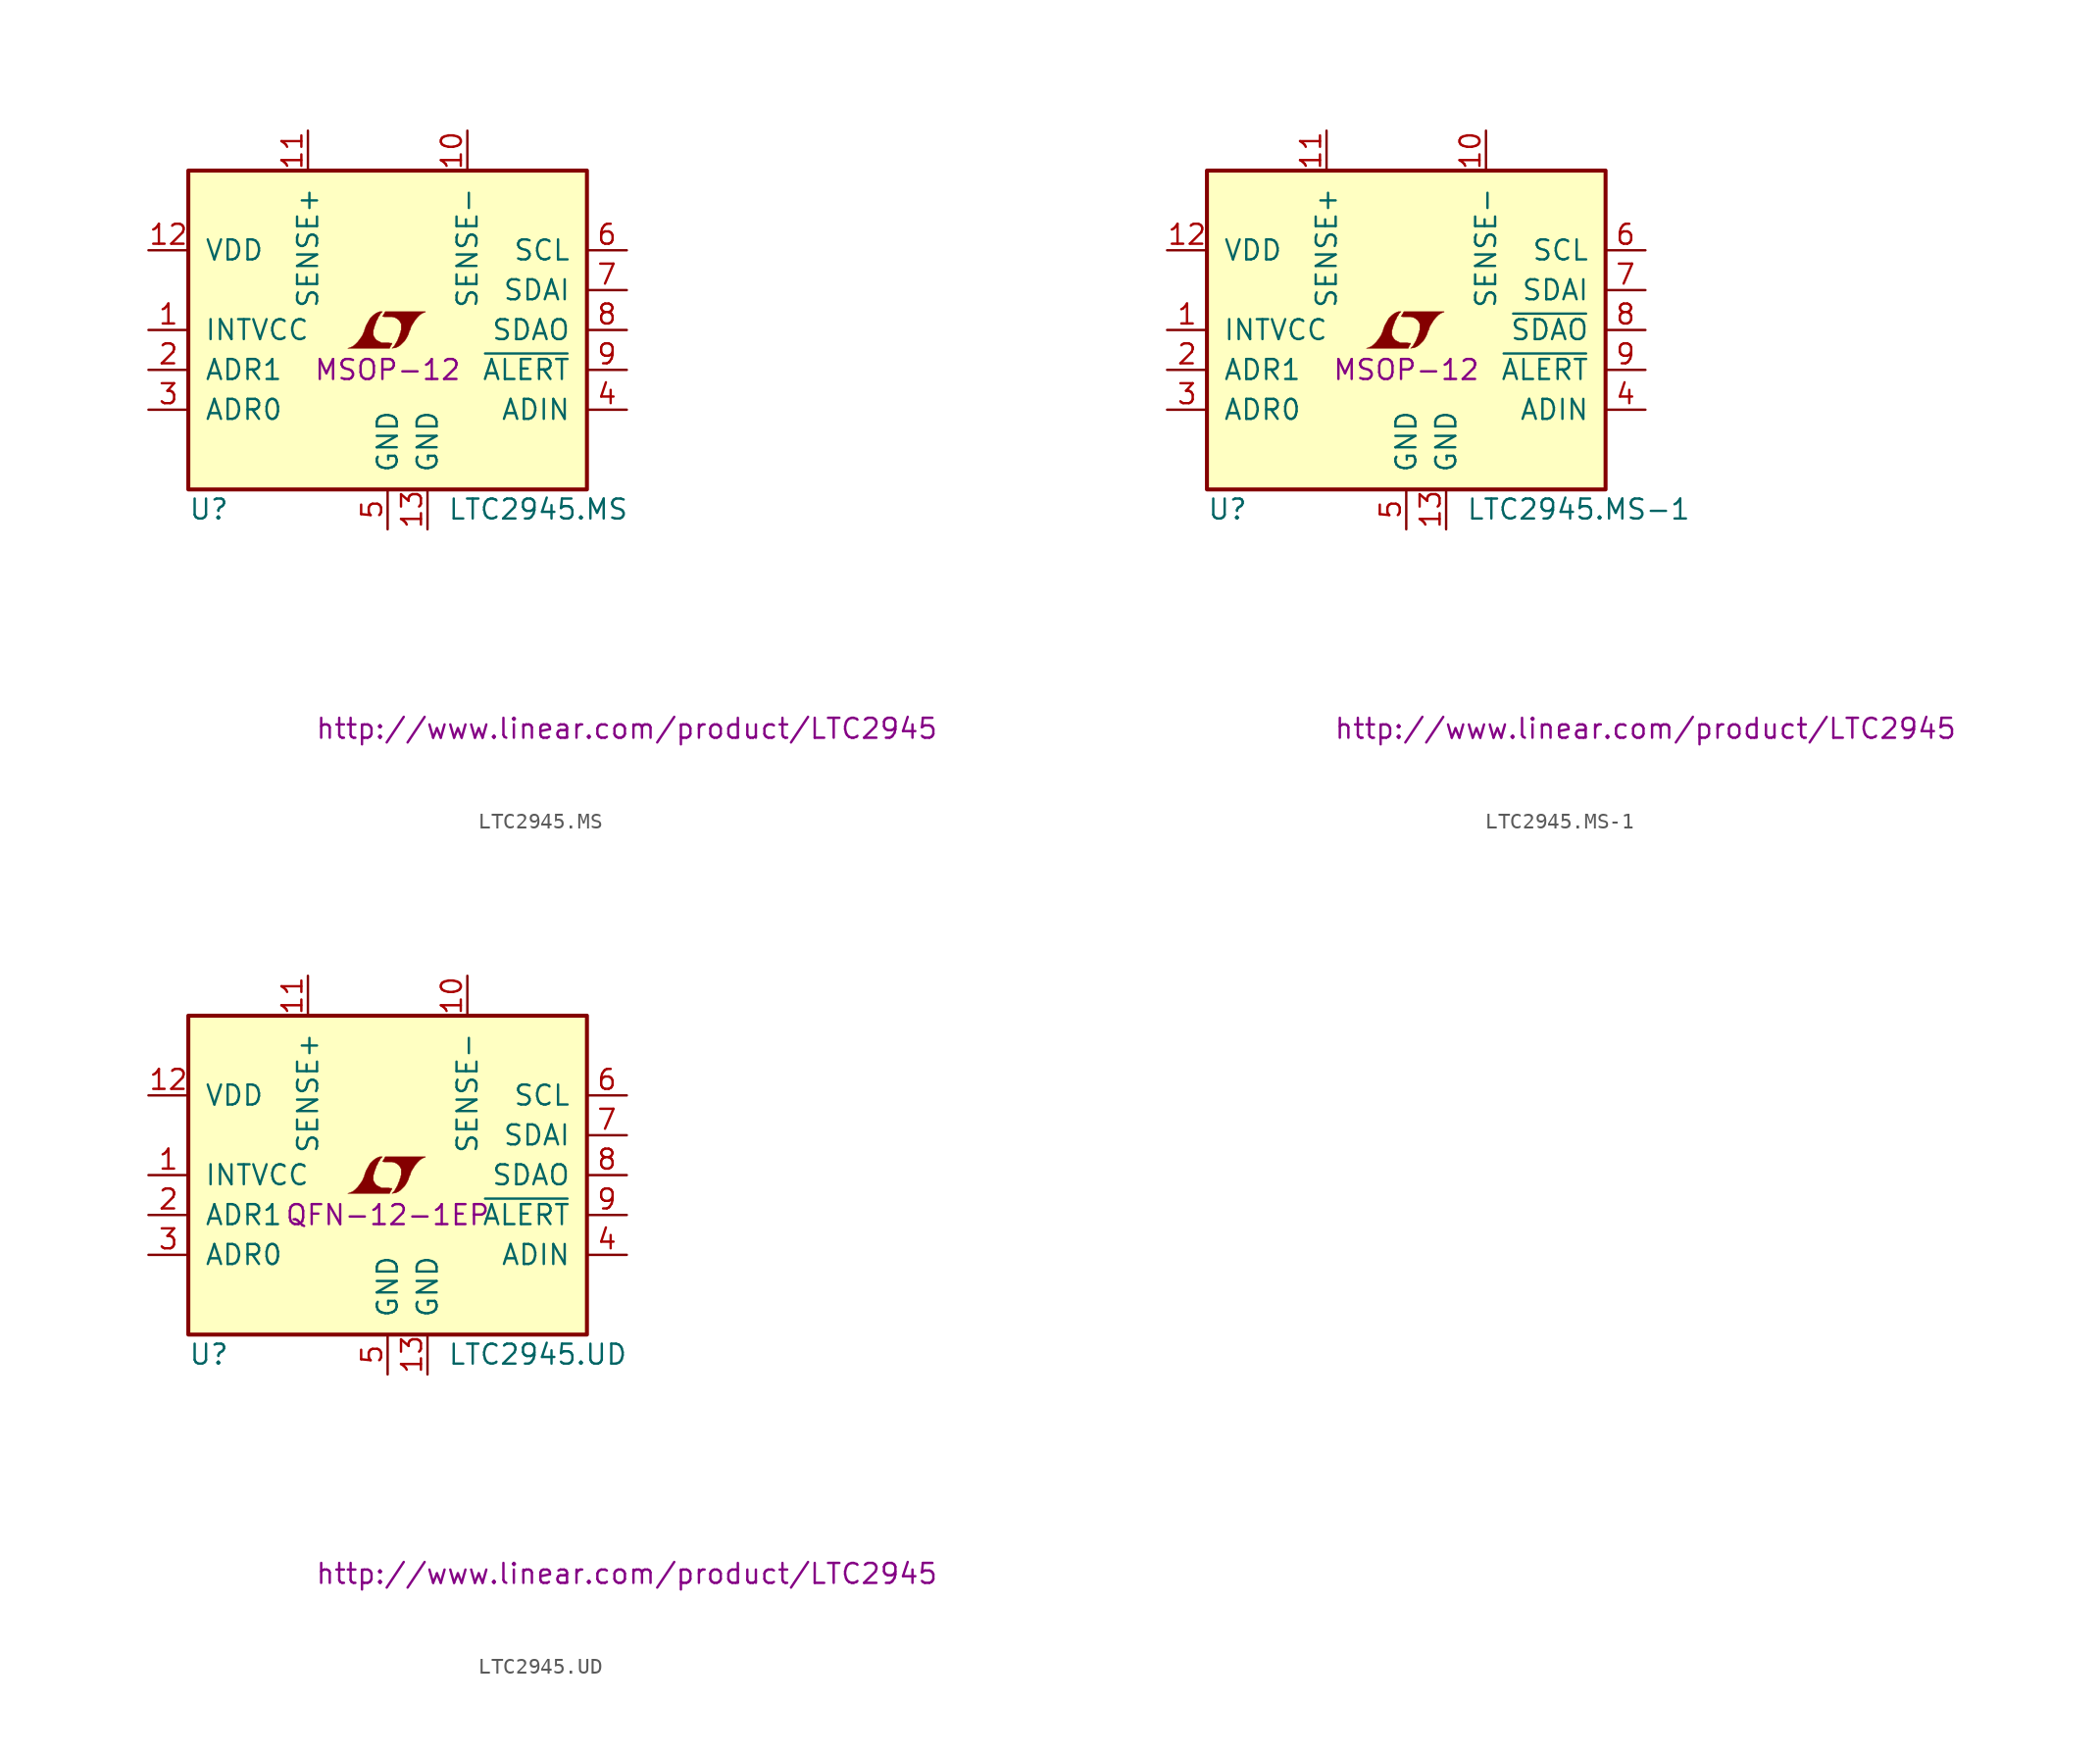
<source format=kicad_sym>
(kicad_symbol_lib
  (version 20201005)
  (generator kicad_symbol_editor)
  (symbol "LTC2945.MS"
    (pin_names
      (offset 1.016))
    (property "Reference" "U"
      (at -12.7 -11.43 0)
      (effects (font (size 1.27 1.27)) (justify left)))
    (property "Value" "LTC2945.MS"
      (at 3.81 -11.43 0)
      (effects (font (size 1.27 1.27)) (justify left)))
    (property "Footprint" "MSOP-12"
      (at 0 -2.54 0)
      (effects (font (size 1.27 1.27))))
    (property "Datasheet" "http://www.linear.com/product/LTC2945"
      (at 15.24 -25.4 0)
      (effects (font (size 1.27 1.27))))
    (symbol "LTC2945.MS_0_0"
      (polyline (pts (xy 0.203 -0.991) (xy 0.229 -0.965) (xy 0.279 -0.864) (xy 0.279 -0.838) (xy 0.152 -0.838) (xy 0.051 -0.813) (xy -0.406 -0.813) (xy -0.432 -0.787) (xy -0.686 -0.66) (xy -0.787 -0.559) (xy -0.864 -0.432) (xy -0.914 -0.33) (xy -0.914 -0.025) (xy -0.864 0.127) (xy -0.838 0.229) (xy -0.813 0.305) (xy -0.762 0.432) (xy -0.711 0.584) (xy -0.635 0.711) (xy -0.584 0.838) (xy -0.508 0.94) (xy -0.457 1.041) (xy -0.33 1.168) (xy -0.508 1.168) (xy -0.635 1.118) (xy -0.737 1.067) (xy -0.813 1.016) (xy -0.94 0.914) (xy -1.118 0.737) (xy -1.372 0.279) (xy -1.473 0) (xy -1.473 -0.051) (xy -1.524 -0.152) (xy -1.575 -0.279) (xy -1.626 -0.381) (xy -1.753 -0.559) (xy -1.905 -0.762) (xy -2.057 -0.914) (xy -2.21 -1.041) (xy -2.388 -1.118) (xy -2.54 -1.168) (xy 0.127 -1.168) (xy 0.203 -0.991)) (stroke (width 0.025)) (fill (type outline)))
      (polyline (pts (xy 0.406 -1.143) (xy 0.483 -1.143) (xy 0.66 -1.067) (xy 0.813 -0.965) (xy 1.092 -0.686) (xy 1.219 -0.483) (xy 1.321 -0.279) (xy 1.397 -0.025) (xy 1.422 -0.025) (xy 1.499 0.229) (xy 1.753 0.635) (xy 1.905 0.813) (xy 2.057 0.965) (xy 2.21 1.067) (xy 2.388 1.143) (xy 2.413 1.143) (xy 2.413 1.168) (xy -0.152 1.168) (xy -0.229 1.016) (xy -0.254 0.991) (xy -0.305 0.889) (xy -0.33 0.864) (xy -0.279 0.864) (xy -0.229 0.838) (xy 0.305 0.838) (xy 0.356 0.813) (xy 0.406 0.813) (xy 0.483 0.787) (xy 0.61 0.711) (xy 0.737 0.61) (xy 0.813 0.483) (xy 0.838 0.432) (xy 0.864 0.406) (xy 0.864 0) (xy 0.838 -0.051) (xy 0.838 -0.127) (xy 0.787 -0.229) (xy 0.762 -0.356) (xy 0.686 -0.508) (xy 0.635 -0.66) (xy 0.483 -0.914) (xy 0.432 -1.016) (xy 0.279 -1.168) (xy 0.406 -1.143)) (stroke (width 0.025)) (fill (type outline))))
    (symbol "LTC2945.MS_0_1"
      (rectangle (start -12.7 10.16) (end 12.7 -10.16) (stroke (width 0.254)) (fill (type background))))
    (symbol "LTC2945.MS_1_1"
      (pin passive line (at -15.24 0 0) (length 2.54) (name "INTVCC" (effects (font (size 1.27 1.27)))) (number "1" (effects (font (size 1.27 1.27)))))
      (pin input line (at -15.24 -2.54 0) (length 2.54) (name "ADR1" (effects (font (size 1.27 1.27)))) (number "2" (effects (font (size 1.27 1.27)))))
      (pin input line (at -15.24 -5.08 0) (length 2.54) (name "ADR0" (effects (font (size 1.27 1.27)))) (number "3" (effects (font (size 1.27 1.27)))))
      (pin passive line (at 15.24 -5.08 180) (length 2.54) (name "ADIN" (effects (font (size 1.27 1.27)))) (number "4" (effects (font (size 1.27 1.27)))))
      (pin power_in line (at 0 -12.7 90) (length 2.54) (name "GND" (effects (font (size 1.27 1.27)))) (number "5" (effects (font (size 1.27 1.27)))))
      (pin input line (at 15.24 5.08 180) (length 2.54) (name "SCL" (effects (font (size 1.27 1.27)))) (number "6" (effects (font (size 1.27 1.27)))))
      (pin input line (at 15.24 2.54 180) (length 2.54) (name "SDAI" (effects (font (size 1.27 1.27)))) (number "7" (effects (font (size 1.27 1.27)))))
      (pin output line (at 15.24 0 180) (length 2.54) (name "SDAO" (effects (font (size 1.27 1.27)))) (number "8" (effects (font (size 1.27 1.27)))))
      (pin output line (at 15.24 -2.54 180) (length 2.54) (name "~ALERT~" (effects (font (size 1.27 1.27)))) (number "9" (effects (font (size 1.27 1.27)))))
      (pin passive line (at 5.08 12.7 270) (length 2.54) (name "SENSE-" (effects (font (size 1.27 1.27)))) (number "10" (effects (font (size 1.27 1.27)))))
      (pin passive line (at -5.08 12.7 270) (length 2.54) (name "SENSE+" (effects (font (size 1.27 1.27)))) (number "11" (effects (font (size 1.27 1.27)))))
      (pin power_in line (at -15.24 5.08 0) (length 2.54) (name "VDD" (effects (font (size 1.27 1.27)))) (number "12" (effects (font (size 1.27 1.27)))))
      (pin power_in line (at 2.54 -12.7 90) (length 2.54) (name "GND" (effects (font (size 1.27 1.27)))) (number "13" (effects (font (size 1.27 1.27)))))))
  (symbol "LTC2945.MS-1"
    (pin_names
      (offset 1.016))
    (property "Reference" "U"
      (at -12.7 -11.43 0)
      (effects (font (size 1.27 1.27)) (justify left)))
    (property "Value" "LTC2945.MS-1"
      (at 3.81 -11.43 0)
      (effects (font (size 1.27 1.27)) (justify left)))
    (property "Footprint" "MSOP-12"
      (at 0 -2.54 0)
      (effects (font (size 1.27 1.27))))
    (property "Datasheet" "http://www.linear.com/product/LTC2945"
      (at 15.24 -25.4 0)
      (effects (font (size 1.27 1.27))))
    (symbol "LTC2945.MS-1_0_0"
      (polyline (pts (xy 0.203 -0.991) (xy 0.229 -0.965) (xy 0.279 -0.864) (xy 0.279 -0.838) (xy 0.152 -0.838) (xy 0.051 -0.813) (xy -0.406 -0.813) (xy -0.432 -0.787) (xy -0.686 -0.66) (xy -0.787 -0.559) (xy -0.864 -0.432) (xy -0.914 -0.33) (xy -0.914 -0.025) (xy -0.864 0.127) (xy -0.838 0.229) (xy -0.813 0.305) (xy -0.762 0.432) (xy -0.711 0.584) (xy -0.635 0.711) (xy -0.584 0.838) (xy -0.508 0.94) (xy -0.457 1.041) (xy -0.33 1.168) (xy -0.508 1.168) (xy -0.635 1.118) (xy -0.737 1.067) (xy -0.813 1.016) (xy -0.94 0.914) (xy -1.118 0.737) (xy -1.372 0.279) (xy -1.473 0) (xy -1.473 -0.051) (xy -1.524 -0.152) (xy -1.575 -0.279) (xy -1.626 -0.381) (xy -1.753 -0.559) (xy -1.905 -0.762) (xy -2.057 -0.914) (xy -2.21 -1.041) (xy -2.388 -1.118) (xy -2.54 -1.168) (xy 0.127 -1.168) (xy 0.203 -0.991)) (stroke (width 0.025)) (fill (type outline)))
      (polyline (pts (xy 0.406 -1.143) (xy 0.483 -1.143) (xy 0.66 -1.067) (xy 0.813 -0.965) (xy 1.092 -0.686) (xy 1.219 -0.483) (xy 1.321 -0.279) (xy 1.397 -0.025) (xy 1.422 -0.025) (xy 1.499 0.229) (xy 1.753 0.635) (xy 1.905 0.813) (xy 2.057 0.965) (xy 2.21 1.067) (xy 2.388 1.143) (xy 2.413 1.143) (xy 2.413 1.168) (xy -0.152 1.168) (xy -0.229 1.016) (xy -0.254 0.991) (xy -0.305 0.889) (xy -0.33 0.864) (xy -0.279 0.864) (xy -0.229 0.838) (xy 0.305 0.838) (xy 0.356 0.813) (xy 0.406 0.813) (xy 0.483 0.787) (xy 0.61 0.711) (xy 0.737 0.61) (xy 0.813 0.483) (xy 0.838 0.432) (xy 0.864 0.406) (xy 0.864 0) (xy 0.838 -0.051) (xy 0.838 -0.127) (xy 0.787 -0.229) (xy 0.762 -0.356) (xy 0.686 -0.508) (xy 0.635 -0.66) (xy 0.483 -0.914) (xy 0.432 -1.016) (xy 0.279 -1.168) (xy 0.406 -1.143)) (stroke (width 0.025)) (fill (type outline))))
    (symbol "LTC2945.MS-1_0_1"
      (rectangle (start -12.7 10.16) (end 12.7 -10.16) (stroke (width 0.254)) (fill (type background))))
    (symbol "LTC2945.MS-1_1_1"
      (pin passive line (at -15.24 0 0) (length 2.54) (name "INTVCC" (effects (font (size 1.27 1.27)))) (number "1" (effects (font (size 1.27 1.27)))))
      (pin input line (at -15.24 -2.54 0) (length 2.54) (name "ADR1" (effects (font (size 1.27 1.27)))) (number "2" (effects (font (size 1.27 1.27)))))
      (pin input line (at -15.24 -5.08 0) (length 2.54) (name "ADR0" (effects (font (size 1.27 1.27)))) (number "3" (effects (font (size 1.27 1.27)))))
      (pin passive line (at 15.24 -5.08 180) (length 2.54) (name "ADIN" (effects (font (size 1.27 1.27)))) (number "4" (effects (font (size 1.27 1.27)))))
      (pin power_in line (at 0 -12.7 90) (length 2.54) (name "GND" (effects (font (size 1.27 1.27)))) (number "5" (effects (font (size 1.27 1.27)))))
      (pin input line (at 15.24 5.08 180) (length 2.54) (name "SCL" (effects (font (size 1.27 1.27)))) (number "6" (effects (font (size 1.27 1.27)))))
      (pin input line (at 15.24 2.54 180) (length 2.54) (name "SDAI" (effects (font (size 1.27 1.27)))) (number "7" (effects (font (size 1.27 1.27)))))
      (pin output line (at 15.24 0 180) (length 2.54) (name "~SDAO~" (effects (font (size 1.27 1.27)))) (number "8" (effects (font (size 1.27 1.27)))))
      (pin output line (at 15.24 -2.54 180) (length 2.54) (name "~ALERT~" (effects (font (size 1.27 1.27)))) (number "9" (effects (font (size 1.27 1.27)))))
      (pin passive line (at 5.08 12.7 270) (length 2.54) (name "SENSE-" (effects (font (size 1.27 1.27)))) (number "10" (effects (font (size 1.27 1.27)))))
      (pin passive line (at -5.08 12.7 270) (length 2.54) (name "SENSE+" (effects (font (size 1.27 1.27)))) (number "11" (effects (font (size 1.27 1.27)))))
      (pin power_in line (at -15.24 5.08 0) (length 2.54) (name "VDD" (effects (font (size 1.27 1.27)))) (number "12" (effects (font (size 1.27 1.27)))))
      (pin power_in line (at 2.54 -12.7 90) (length 2.54) (name "GND" (effects (font (size 1.27 1.27)))) (number "13" (effects (font (size 1.27 1.27)))))))
  (symbol "LTC2945.UD"
    (pin_names
      (offset 1.016))
    (property "Reference" "U"
      (at -12.7 -11.43 0)
      (effects (font (size 1.27 1.27)) (justify left)))
    (property "Value" "LTC2945.UD"
      (at 3.81 -11.43 0)
      (effects (font (size 1.27 1.27)) (justify left)))
    (property "Footprint" "QFN-12-1EP"
      (at 0 -2.54 0)
      (effects (font (size 1.27 1.27))))
    (property "Datasheet" "http://www.linear.com/product/LTC2945"
      (at 15.24 -25.4 0)
      (effects (font (size 1.27 1.27))))
    (symbol "LTC2945.UD_0_0"
      (polyline (pts (xy 0.203 -0.991) (xy 0.229 -0.965) (xy 0.279 -0.864) (xy 0.279 -0.838) (xy 0.152 -0.838) (xy 0.051 -0.813) (xy -0.406 -0.813) (xy -0.432 -0.787) (xy -0.686 -0.66) (xy -0.787 -0.559) (xy -0.864 -0.432) (xy -0.914 -0.33) (xy -0.914 -0.025) (xy -0.864 0.127) (xy -0.838 0.229) (xy -0.813 0.305) (xy -0.762 0.432) (xy -0.711 0.584) (xy -0.635 0.711) (xy -0.584 0.838) (xy -0.508 0.94) (xy -0.457 1.041) (xy -0.33 1.168) (xy -0.508 1.168) (xy -0.635 1.118) (xy -0.737 1.067) (xy -0.813 1.016) (xy -0.94 0.914) (xy -1.118 0.737) (xy -1.372 0.279) (xy -1.473 0) (xy -1.473 -0.051) (xy -1.524 -0.152) (xy -1.575 -0.279) (xy -1.626 -0.381) (xy -1.753 -0.559) (xy -1.905 -0.762) (xy -2.057 -0.914) (xy -2.21 -1.041) (xy -2.388 -1.118) (xy -2.54 -1.168) (xy 0.127 -1.168) (xy 0.203 -0.991)) (stroke (width 0.025)) (fill (type outline)))
      (polyline (pts (xy 0.406 -1.143) (xy 0.483 -1.143) (xy 0.66 -1.067) (xy 0.813 -0.965) (xy 1.092 -0.686) (xy 1.219 -0.483) (xy 1.321 -0.279) (xy 1.397 -0.025) (xy 1.422 -0.025) (xy 1.499 0.229) (xy 1.753 0.635) (xy 1.905 0.813) (xy 2.057 0.965) (xy 2.21 1.067) (xy 2.388 1.143) (xy 2.413 1.143) (xy 2.413 1.168) (xy -0.152 1.168) (xy -0.229 1.016) (xy -0.254 0.991) (xy -0.305 0.889) (xy -0.33 0.864) (xy -0.279 0.864) (xy -0.229 0.838) (xy 0.305 0.838) (xy 0.356 0.813) (xy 0.406 0.813) (xy 0.483 0.787) (xy 0.61 0.711) (xy 0.737 0.61) (xy 0.813 0.483) (xy 0.838 0.432) (xy 0.864 0.406) (xy 0.864 0) (xy 0.838 -0.051) (xy 0.838 -0.127) (xy 0.787 -0.229) (xy 0.762 -0.356) (xy 0.686 -0.508) (xy 0.635 -0.66) (xy 0.483 -0.914) (xy 0.432 -1.016) (xy 0.279 -1.168) (xy 0.406 -1.143)) (stroke (width 0.025)) (fill (type outline))))
    (symbol "LTC2945.UD_0_1"
      (rectangle (start -12.7 10.16) (end 12.7 -10.16) (stroke (width 0.254)) (fill (type background))))
    (symbol "LTC2945.UD_1_1"
      (pin passive line (at -15.24 0 0) (length 2.54) (name "INTVCC" (effects (font (size 1.27 1.27)))) (number "1" (effects (font (size 1.27 1.27)))))
      (pin input line (at -15.24 -2.54 0) (length 2.54) (name "ADR1" (effects (font (size 1.27 1.27)))) (number "2" (effects (font (size 1.27 1.27)))))
      (pin input line (at -15.24 -5.08 0) (length 2.54) (name "ADR0" (effects (font (size 1.27 1.27)))) (number "3" (effects (font (size 1.27 1.27)))))
      (pin passive line (at 15.24 -5.08 180) (length 2.54) (name "ADIN" (effects (font (size 1.27 1.27)))) (number "4" (effects (font (size 1.27 1.27)))))
      (pin power_in line (at 0 -12.7 90) (length 2.54) (name "GND" (effects (font (size 1.27 1.27)))) (number "5" (effects (font (size 1.27 1.27)))))
      (pin input line (at 15.24 5.08 180) (length 2.54) (name "SCL" (effects (font (size 1.27 1.27)))) (number "6" (effects (font (size 1.27 1.27)))))
      (pin input line (at 15.24 2.54 180) (length 2.54) (name "SDAI" (effects (font (size 1.27 1.27)))) (number "7" (effects (font (size 1.27 1.27)))))
      (pin output line (at 15.24 0 180) (length 2.54) (name "SDAO" (effects (font (size 1.27 1.27)))) (number "8" (effects (font (size 1.27 1.27)))))
      (pin output line (at 15.24 -2.54 180) (length 2.54) (name "~ALERT~" (effects (font (size 1.27 1.27)))) (number "9" (effects (font (size 1.27 1.27)))))
      (pin passive line (at 5.08 12.7 270) (length 2.54) (name "SENSE-" (effects (font (size 1.27 1.27)))) (number "10" (effects (font (size 1.27 1.27)))))
      (pin passive line (at -5.08 12.7 270) (length 2.54) (name "SENSE+" (effects (font (size 1.27 1.27)))) (number "11" (effects (font (size 1.27 1.27)))))
      (pin power_in line (at -15.24 5.08 0) (length 2.54) (name "VDD" (effects (font (size 1.27 1.27)))) (number "12" (effects (font (size 1.27 1.27)))))
      (pin power_in line (at 2.54 -12.7 90) (length 2.54) (name "GND" (effects (font (size 1.27 1.27)))) (number "13" (effects (font (size 1.27 1.27))))))))
</source>
